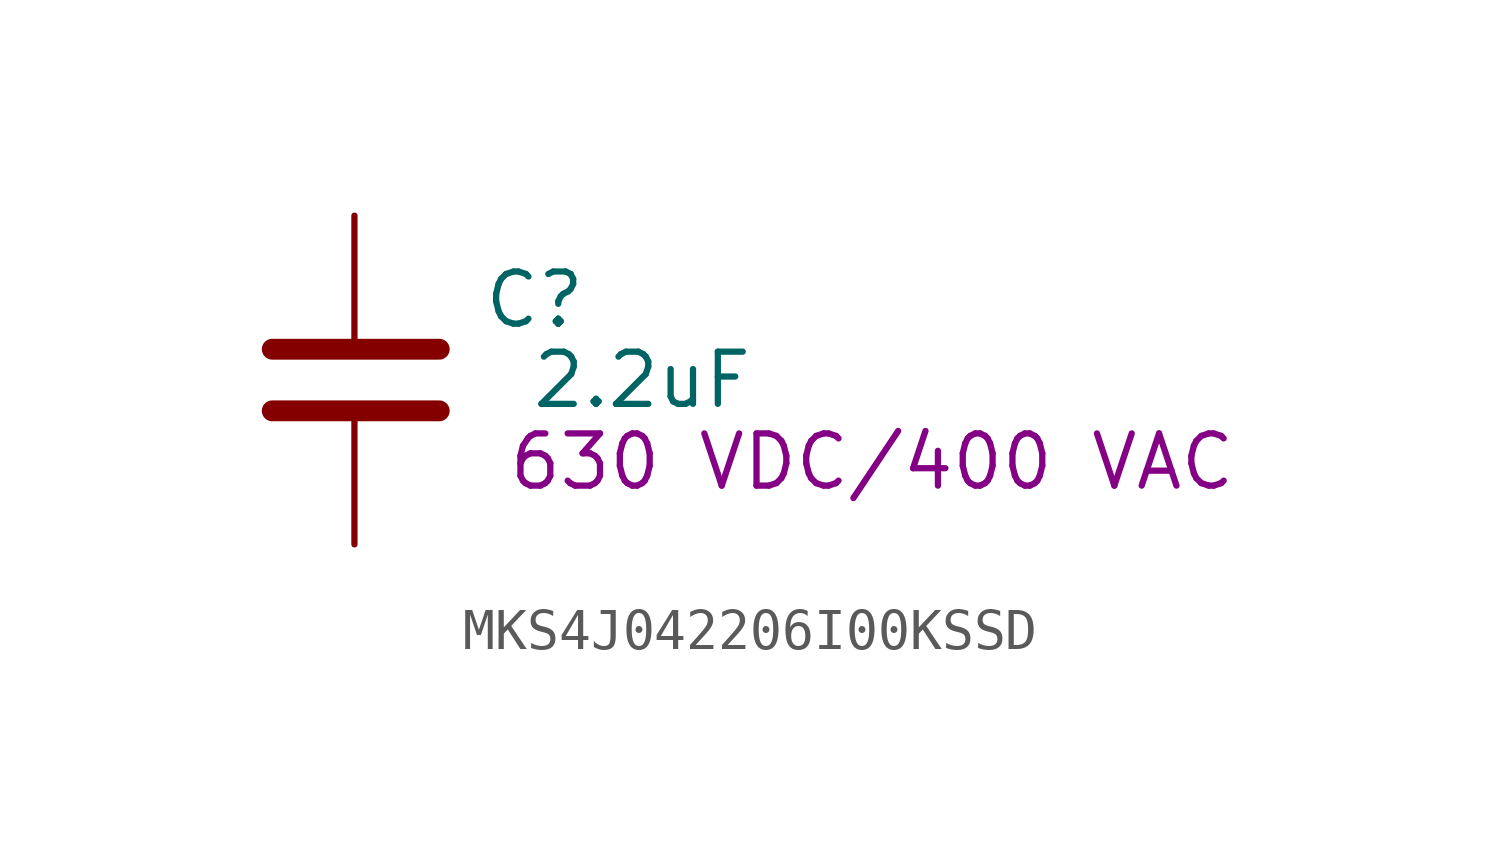
<source format=kicad_sym>
(kicad_symbol_lib
  (version 20220914)
  (generator kicad_symbol_editor)
  (symbol "MKS4J042206I00KSSD"
    (pin_numbers hide)
    (pin_names hide)
    (property "Reference" "C"
      (at 4.386 1.951 0)
      (effects (font (size 1.27 1.27))))
    (property "Value" "2.2uF "
      (at 7 0 0)
      (effects (font (size 1.27 1.27))))
    (property "Voltage" "630 VDC/400 VAC"
      (at 12.598 -1.99 0)
      (effects (font (size 1.27 1.27))))
    (symbol "MKS4J042206I00KSSD_0_1"
      (polyline (pts (xy -2 -0.75) (xy 2.064 -0.75)) (stroke (width 0.508) (type default)) (fill (type none)))
      (polyline (pts (xy -2 0.75) (xy 2.064 0.75)) (stroke (width 0.508) (type default)) (fill (type none))))
    (symbol "MKS4J042206I00KSSD_1_1"
      (pin passive line (at 0 4 270) (length 3) (name "~" (effects (font (size 1.27 1.27)))) (number "1" (effects (font (size 1.27 1.27)))))
      (pin passive line (at 0 -4 90) (length 3) (name "~" (effects (font (size 1.27 1.27)))) (number "2" (effects (font (size 1.27 1.27))))))))
</source>
